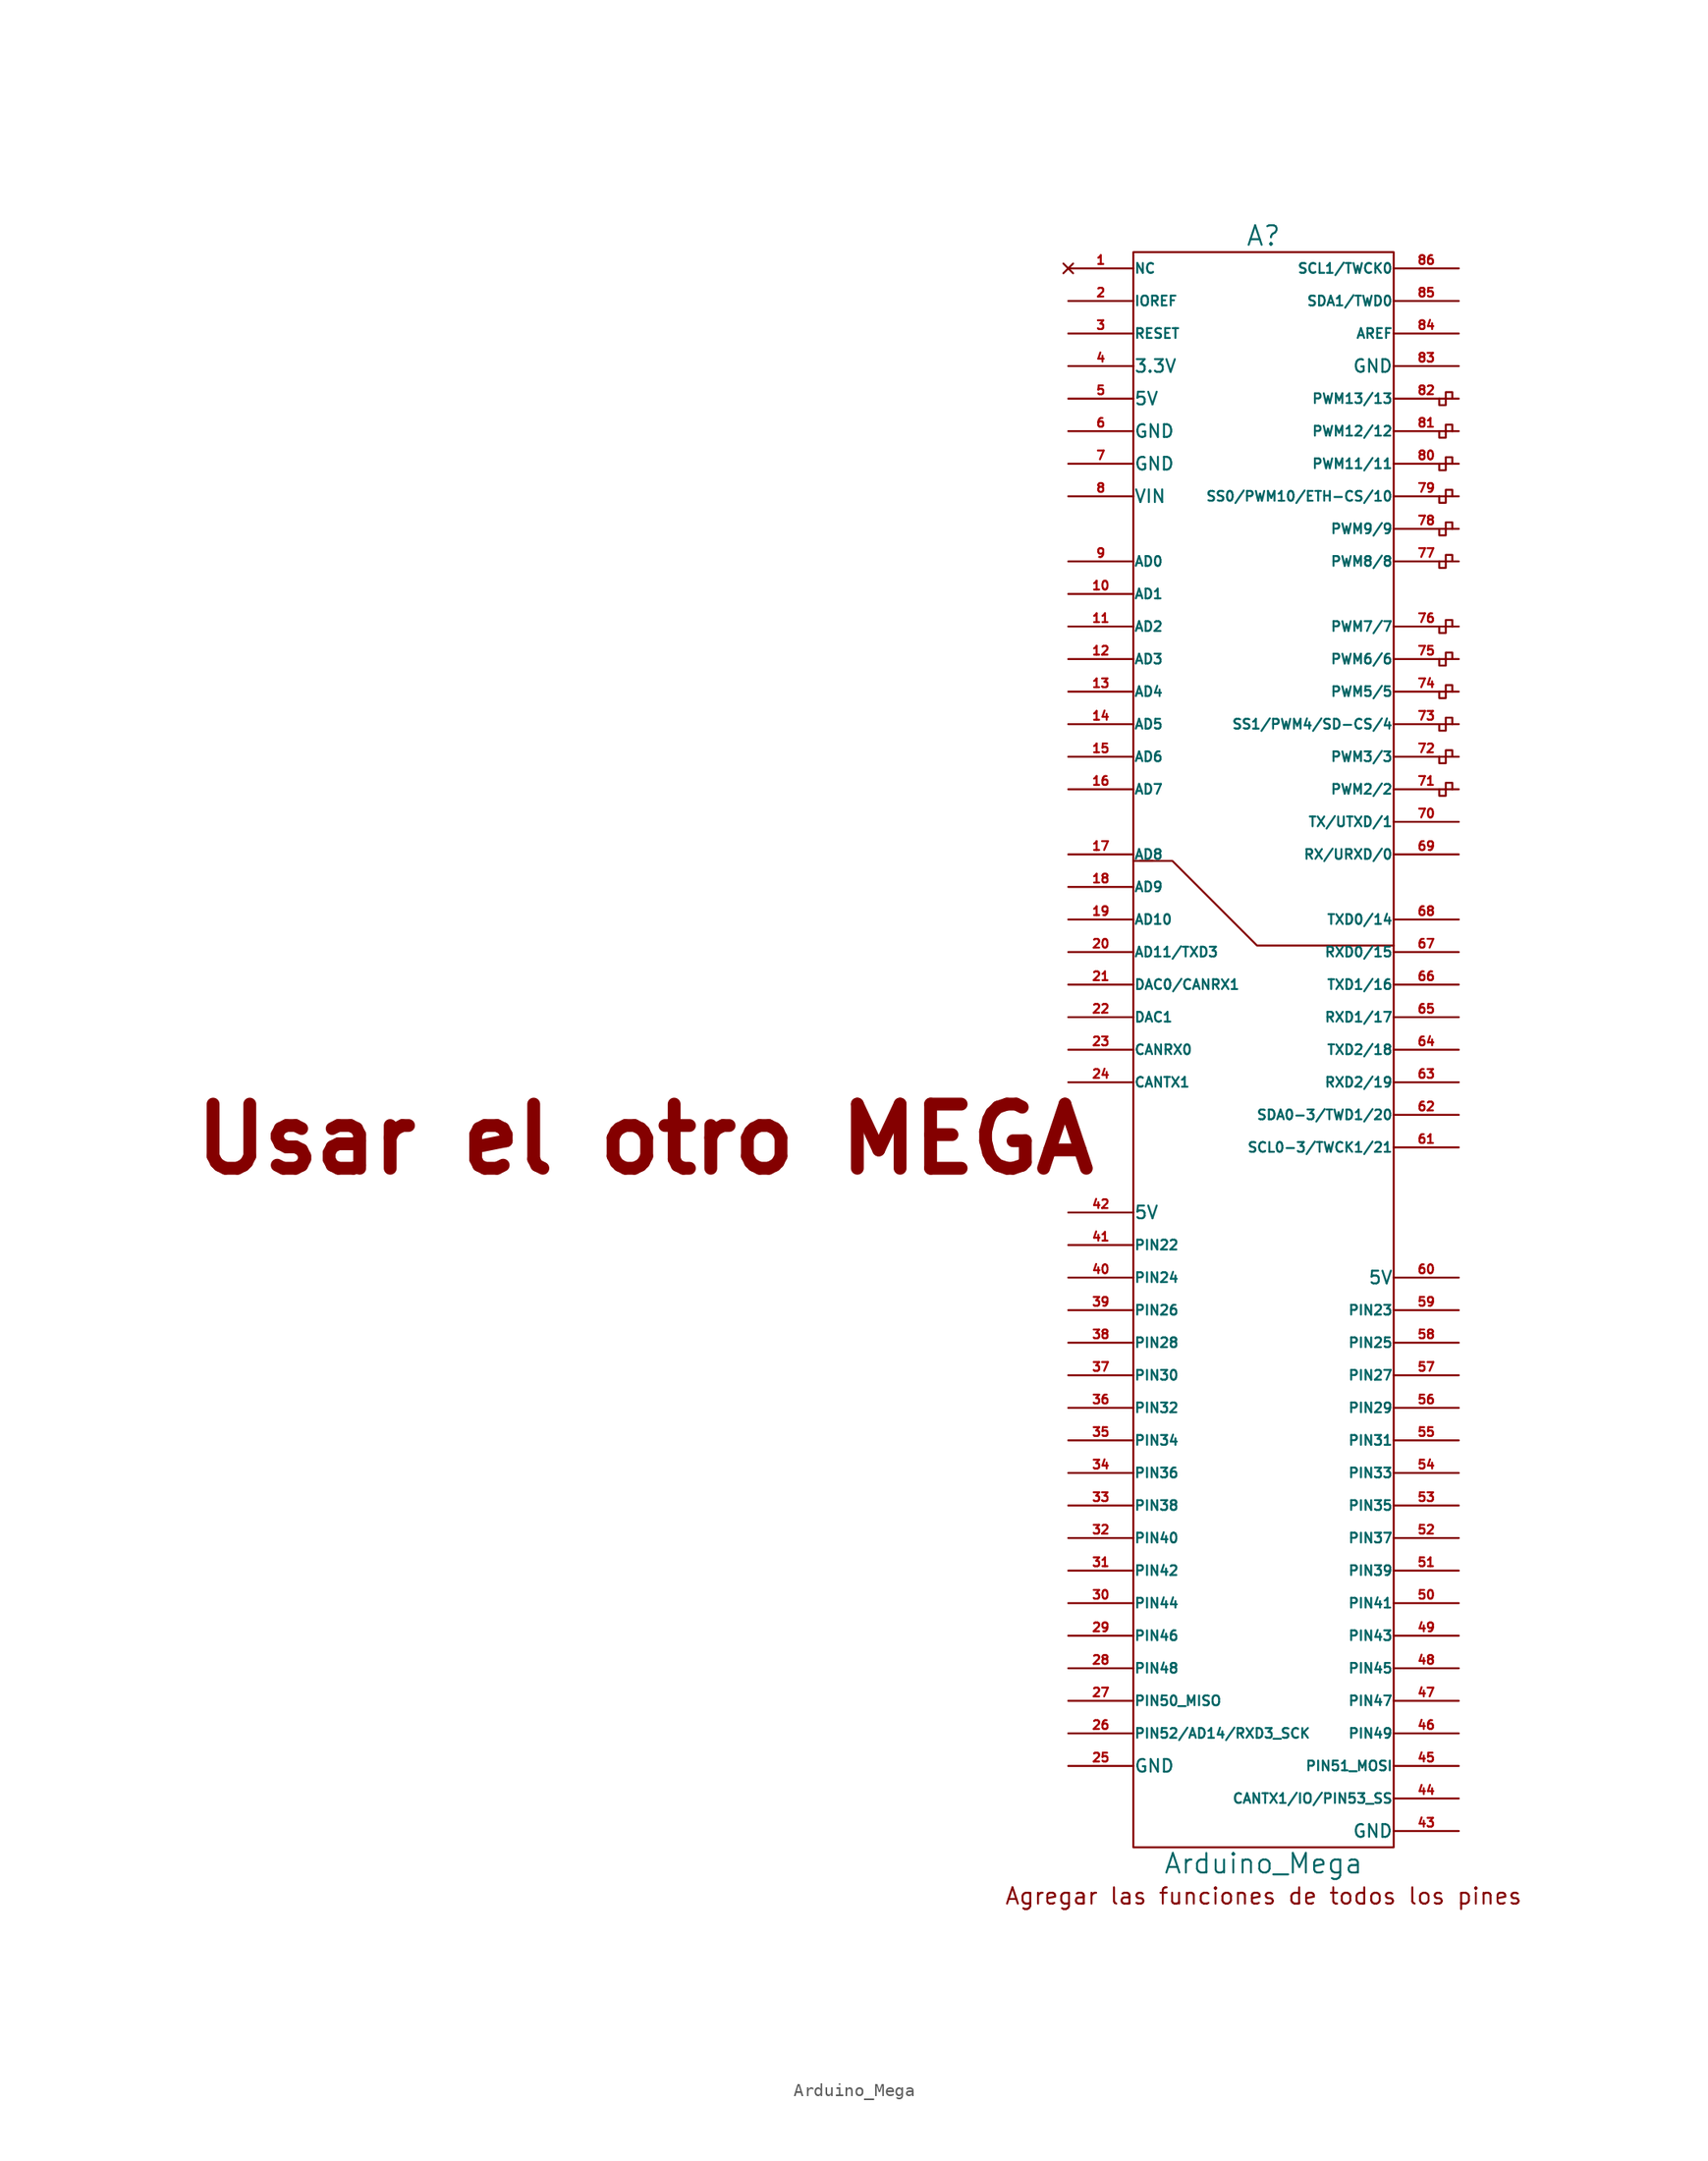
<source format=kicad_sym>
(kicad_symbol_lib
  (version 20231120)
  (generator "kicad_symbol_editor")
  (generator_version "8.0")
  (symbol "Arduino_Mega"
    (pin_names
      (offset 0.025))
    (property "Reference" "A"
      (at 0 60.96 0)
      (effects (font (size 1.524 1.524))))
    (property "Value" "Arduino_Mega"
      (at 0 -66.04 0)
      (effects (font (size 1.524 1.524))))
    (property "Footprint" ""
      (at 0 0 0)
      (effects (font (size 1.524 1.524))))
    (property "Datasheet" ""
      (at 0 0 0)
      (effects (font (size 1.524 1.524))))
    (symbol "Arduino_Mega_0_0"
      (text "Agregar las funciones de todos los pines" (at 0 -68.58 0) (effects (font (size 1.27 1.27))))
      (text "Usar el otro MEGA" (at -48.26 -9.525 0) (effects (font (size 5.004 5.004) (bold yes)))))
    (symbol "Arduino_Mega_0_1"
      (polyline (pts (xy -8.636 12.192) (xy -9.652 12.192)) (stroke (width 0) (type default)) (fill (type none)))
      (polyline (pts (xy 10.16 5.588) (xy -0.508 5.588) (xy -7.112 12.192) (xy -10.16 12.192)) (stroke (width 0) (type default)) (fill (type none)))
      (rectangle (start 10.16 -64.77) (end -10.16 59.69) (stroke (width 0) (type default)) (fill (type none)))
      (pin bidirectional line (at -15.24 12.7 0) (length 5.08) (name "AD8" (effects (font (size 0.762 0.762)))) (number "17" (effects (font (size 0.686 0.686))))))
    (symbol "Arduino_Mega_1_1"
      (polyline (pts (xy 13.716 17.78) (xy 13.716 17.272) (xy 14.224 17.272) (xy 14.224 18.288) (xy 14.732 18.288) (xy 14.732 17.78)) (stroke (width 0) (type default)) (fill (type none)))
      (polyline (pts (xy 13.716 20.32) (xy 13.716 19.812) (xy 14.224 19.812) (xy 14.224 20.828) (xy 14.732 20.828) (xy 14.732 20.32)) (stroke (width 0) (type default)) (fill (type none)))
      (polyline (pts (xy 13.716 22.86) (xy 13.716 22.352) (xy 14.224 22.352) (xy 14.224 23.368) (xy 14.732 23.368) (xy 14.732 22.86)) (stroke (width 0) (type default)) (fill (type none)))
      (polyline (pts (xy 13.716 25.4) (xy 13.716 24.892) (xy 14.224 24.892) (xy 14.224 25.908) (xy 14.732 25.908) (xy 14.732 25.4)) (stroke (width 0) (type default)) (fill (type none)))
      (polyline (pts (xy 13.716 27.94) (xy 13.716 27.432) (xy 14.224 27.432) (xy 14.224 28.448) (xy 14.732 28.448) (xy 14.732 27.94)) (stroke (width 0) (type default)) (fill (type none)))
      (polyline (pts (xy 13.716 30.48) (xy 13.716 29.972) (xy 14.224 29.972) (xy 14.224 30.988) (xy 14.732 30.988) (xy 14.732 30.48)) (stroke (width 0) (type default)) (fill (type none)))
      (polyline (pts (xy 13.716 35.56) (xy 13.716 35.052) (xy 14.224 35.052) (xy 14.224 36.068) (xy 14.732 36.068) (xy 14.732 35.56)) (stroke (width 0) (type default)) (fill (type none)))
      (polyline (pts (xy 13.716 38.1) (xy 13.716 37.592) (xy 14.224 37.592) (xy 14.224 38.608) (xy 14.732 38.608) (xy 14.732 38.1)) (stroke (width 0) (type default)) (fill (type none)))
      (polyline (pts (xy 13.716 40.64) (xy 13.716 40.132) (xy 14.224 40.132) (xy 14.224 41.148) (xy 14.732 41.148) (xy 14.732 40.64)) (stroke (width 0) (type default)) (fill (type none)))
      (polyline (pts (xy 13.716 43.18) (xy 13.716 42.672) (xy 14.224 42.672) (xy 14.224 43.688) (xy 14.732 43.688) (xy 14.732 43.18)) (stroke (width 0) (type default)) (fill (type none)))
      (polyline (pts (xy 13.716 45.72) (xy 13.716 45.212) (xy 14.224 45.212) (xy 14.224 46.228) (xy 14.732 46.228) (xy 14.732 45.72)) (stroke (width 0) (type default)) (fill (type none)))
      (polyline (pts (xy 13.716 48.26) (xy 13.716 47.752) (xy 14.224 47.752) (xy 14.224 48.768) (xy 14.732 48.768) (xy 14.732 48.26)) (stroke (width 0) (type default)) (fill (type none)))
      (pin no_connect line (at -15.24 58.42 0) (length 5.08) (name "NC" (effects (font (size 0.762 0.762)))) (number "1" (effects (font (size 0.686 0.686)))))
      (pin bidirectional line (at -15.24 33.02 0) (length 5.08) (name "AD1" (effects (font (size 0.762 0.762)))) (number "10" (effects (font (size 0.686 0.686)))))
      (pin bidirectional line (at -15.24 30.48 0) (length 5.08) (name "AD2" (effects (font (size 0.762 0.762)))) (number "11" (effects (font (size 0.686 0.686)))))
      (pin bidirectional line (at -15.24 27.94 0) (length 5.08) (name "AD3" (effects (font (size 0.762 0.762)))) (number "12" (effects (font (size 0.686 0.686)))))
      (pin bidirectional line (at -15.24 25.4 0) (length 5.08) (name "AD4" (effects (font (size 0.762 0.762)))) (number "13" (effects (font (size 0.686 0.686)))))
      (pin bidirectional line (at -15.24 22.86 0) (length 5.08) (name "AD5" (effects (font (size 0.762 0.762)))) (number "14" (effects (font (size 0.686 0.686)))))
      (pin bidirectional line (at -15.24 20.32 0) (length 5.08) (name "AD6" (effects (font (size 0.762 0.762)))) (number "15" (effects (font (size 0.686 0.686)))))
      (pin bidirectional line (at -15.24 17.78 0) (length 5.08) (name "AD7" (effects (font (size 0.762 0.762)))) (number "16" (effects (font (size 0.686 0.686)))))
      (pin bidirectional line (at -15.24 10.16 0) (length 5.08) (name "AD9" (effects (font (size 0.762 0.762)))) (number "18" (effects (font (size 0.686 0.686)))))
      (pin bidirectional line (at -15.24 7.62 0) (length 5.08) (name "AD10" (effects (font (size 0.762 0.762)))) (number "19" (effects (font (size 0.686 0.686)))))
      (pin passive line (at -15.24 55.88 0) (length 5.08) (name "IOREF" (effects (font (size 0.762 0.762)))) (number "2" (effects (font (size 0.686 0.686)))))
      (pin bidirectional line (at -15.24 5.08 0) (length 5.08) (name "AD11/TXD3" (effects (font (size 0.762 0.762)))) (number "20" (effects (font (size 0.686 0.686)))))
      (pin bidirectional line (at -15.24 2.54 0) (length 5.08) (name "DAC0/CANRX1" (effects (font (size 0.762 0.762)))) (number "21" (effects (font (size 0.686 0.686)))))
      (pin bidirectional line (at -15.24 0 0) (length 5.08) (name "DAC1" (effects (font (size 0.762 0.762)))) (number "22" (effects (font (size 0.686 0.686)))))
      (pin bidirectional line (at -15.24 -2.54 0) (length 5.08) (name "CANRX0" (effects (font (size 0.762 0.762)))) (number "23" (effects (font (size 0.686 0.686)))))
      (pin bidirectional line (at -15.24 -5.08 0) (length 5.08) (name "CANTX1" (effects (font (size 0.762 0.762)))) (number "24" (effects (font (size 0.686 0.686)))))
      (pin power_in line (at -15.24 -58.42 0) (length 5.08) (name "GND" (effects (font (size 0.991 0.991)))) (number "25" (effects (font (size 0.686 0.686)))))
      (pin bidirectional line (at -15.24 -55.88 0) (length 5.08) (name "PIN52/AD14/RXD3_SCK" (effects (font (size 0.762 0.762)))) (number "26" (effects (font (size 0.686 0.686)))))
      (pin bidirectional line (at -15.24 -53.34 0) (length 5.08) (name "PIN50_MISO" (effects (font (size 0.762 0.762)))) (number "27" (effects (font (size 0.686 0.686)))))
      (pin bidirectional line (at -15.24 -50.8 0) (length 5.08) (name "PIN48" (effects (font (size 0.762 0.762)))) (number "28" (effects (font (size 0.686 0.686)))))
      (pin bidirectional line (at -15.24 -48.26 0) (length 5.08) (name "PIN46" (effects (font (size 0.762 0.762)))) (number "29" (effects (font (size 0.686 0.686)))))
      (pin passive line (at -15.24 53.34 0) (length 5.08) (name "RESET" (effects (font (size 0.762 0.762)))) (number "3" (effects (font (size 0.686 0.686)))))
      (pin bidirectional line (at -15.24 -45.72 0) (length 5.08) (name "PIN44" (effects (font (size 0.762 0.762)))) (number "30" (effects (font (size 0.686 0.686)))))
      (pin bidirectional line (at -15.24 -43.18 0) (length 5.08) (name "PIN42" (effects (font (size 0.762 0.762)))) (number "31" (effects (font (size 0.686 0.686)))))
      (pin bidirectional line (at -15.24 -40.64 0) (length 5.08) (name "PIN40" (effects (font (size 0.762 0.762)))) (number "32" (effects (font (size 0.686 0.686)))))
      (pin bidirectional line (at -15.24 -38.1 0) (length 5.08) (name "PIN38" (effects (font (size 0.762 0.762)))) (number "33" (effects (font (size 0.686 0.686)))))
      (pin bidirectional line (at -15.24 -35.56 0) (length 5.08) (name "PIN36" (effects (font (size 0.762 0.762)))) (number "34" (effects (font (size 0.686 0.686)))))
      (pin bidirectional line (at -15.24 -33.02 0) (length 5.08) (name "PIN34" (effects (font (size 0.762 0.762)))) (number "35" (effects (font (size 0.686 0.686)))))
      (pin bidirectional line (at -15.24 -30.48 0) (length 5.08) (name "PIN32" (effects (font (size 0.762 0.762)))) (number "36" (effects (font (size 0.686 0.686)))))
      (pin bidirectional line (at -15.24 -27.94 0) (length 5.08) (name "PIN30" (effects (font (size 0.762 0.762)))) (number "37" (effects (font (size 0.686 0.686)))))
      (pin bidirectional line (at -15.24 -25.4 0) (length 5.08) (name "PIN28" (effects (font (size 0.762 0.762)))) (number "38" (effects (font (size 0.686 0.686)))))
      (pin bidirectional line (at -15.24 -22.86 0) (length 5.08) (name "PIN26" (effects (font (size 0.762 0.762)))) (number "39" (effects (font (size 0.686 0.686)))))
      (pin power_out line (at -15.24 50.8 0) (length 5.08) (name "3.3V" (effects (font (size 0.991 0.991)))) (number "4" (effects (font (size 0.686 0.686)))))
      (pin bidirectional line (at -15.24 -20.32 0) (length 5.08) (name "PIN24" (effects (font (size 0.762 0.762)))) (number "40" (effects (font (size 0.686 0.686)))))
      (pin bidirectional line (at -15.24 -17.78 0) (length 5.08) (name "PIN22" (effects (font (size 0.762 0.762)))) (number "41" (effects (font (size 0.686 0.686)))))
      (pin power_in line (at -15.24 -15.24 0) (length 5.08) (name "5V" (effects (font (size 0.991 0.991)))) (number "42" (effects (font (size 0.686 0.686)))))
      (pin power_in line (at 15.24 -63.5 180) (length 5.08) (name "GND" (effects (font (size 0.991 0.991)))) (number "43" (effects (font (size 0.686 0.686)))))
      (pin bidirectional line (at 15.24 -60.96 180) (length 5.08) (name "CANTX1/IO/PIN53_SS" (effects (font (size 0.762 0.762)))) (number "44" (effects (font (size 0.686 0.686)))))
      (pin bidirectional line (at 15.24 -58.42 180) (length 5.08) (name "PIN51_MOSI" (effects (font (size 0.762 0.762)))) (number "45" (effects (font (size 0.686 0.686)))))
      (pin bidirectional line (at 15.24 -55.88 180) (length 5.08) (name "PIN49" (effects (font (size 0.762 0.762)))) (number "46" (effects (font (size 0.686 0.686)))))
      (pin bidirectional line (at 15.24 -53.34 180) (length 5.08) (name "PIN47" (effects (font (size 0.762 0.762)))) (number "47" (effects (font (size 0.686 0.686)))))
      (pin bidirectional line (at 15.24 -50.8 180) (length 5.08) (name "PIN45" (effects (font (size 0.762 0.762)))) (number "48" (effects (font (size 0.686 0.686)))))
      (pin bidirectional line (at 15.24 -48.26 180) (length 5.08) (name "PIN43" (effects (font (size 0.762 0.762)))) (number "49" (effects (font (size 0.686 0.686)))))
      (pin power_in line (at -15.24 48.26 0) (length 5.08) (name "5V" (effects (font (size 0.991 0.991)))) (number "5" (effects (font (size 0.686 0.686)))))
      (pin bidirectional line (at 15.24 -45.72 180) (length 5.08) (name "PIN41" (effects (font (size 0.762 0.762)))) (number "50" (effects (font (size 0.686 0.686)))))
      (pin bidirectional line (at 15.24 -43.18 180) (length 5.08) (name "PIN39" (effects (font (size 0.762 0.762)))) (number "51" (effects (font (size 0.686 0.686)))))
      (pin bidirectional line (at 15.24 -40.64 180) (length 5.08) (name "PIN37" (effects (font (size 0.762 0.762)))) (number "52" (effects (font (size 0.686 0.686)))))
      (pin bidirectional line (at 15.24 -38.1 180) (length 5.08) (name "PIN35" (effects (font (size 0.762 0.762)))) (number "53" (effects (font (size 0.686 0.686)))))
      (pin bidirectional line (at 15.24 -35.56 180) (length 5.08) (name "PIN33" (effects (font (size 0.762 0.762)))) (number "54" (effects (font (size 0.686 0.686)))))
      (pin bidirectional line (at 15.24 -33.02 180) (length 5.08) (name "PIN31" (effects (font (size 0.762 0.762)))) (number "55" (effects (font (size 0.686 0.686)))))
      (pin bidirectional line (at 15.24 -30.48 180) (length 5.08) (name "PIN29" (effects (font (size 0.762 0.762)))) (number "56" (effects (font (size 0.686 0.686)))))
      (pin bidirectional line (at 15.24 -27.94 180) (length 5.08) (name "PIN27" (effects (font (size 0.762 0.762)))) (number "57" (effects (font (size 0.686 0.686)))))
      (pin bidirectional line (at 15.24 -25.4 180) (length 5.08) (name "PIN25" (effects (font (size 0.762 0.762)))) (number "58" (effects (font (size 0.686 0.686)))))
      (pin bidirectional line (at 15.24 -22.86 180) (length 5.08) (name "PIN23" (effects (font (size 0.762 0.762)))) (number "59" (effects (font (size 0.686 0.686)))))
      (pin power_in line (at -15.24 45.72 0) (length 5.08) (name "GND" (effects (font (size 0.991 0.991)))) (number "6" (effects (font (size 0.686 0.686)))))
      (pin power_in line (at 15.24 -20.32 180) (length 5.08) (name "5V" (effects (font (size 0.991 0.991)))) (number "60" (effects (font (size 0.686 0.686)))))
      (pin bidirectional line (at 15.24 -10.16 180) (length 5.08) (name "SCL0-3/TWCK1/21" (effects (font (size 0.762 0.762)))) (number "61" (effects (font (size 0.686 0.686)))))
      (pin bidirectional line (at 15.24 -7.62 180) (length 5.08) (name "SDA0-3/TWD1/20" (effects (font (size 0.762 0.762)))) (number "62" (effects (font (size 0.686 0.686)))))
      (pin bidirectional line (at 15.24 -5.08 180) (length 5.08) (name "RXD2/19" (effects (font (size 0.762 0.762)))) (number "63" (effects (font (size 0.686 0.686)))))
      (pin bidirectional line (at 15.24 -2.54 180) (length 5.08) (name "TXD2/18" (effects (font (size 0.762 0.762)))) (number "64" (effects (font (size 0.686 0.686)))))
      (pin bidirectional line (at 15.24 0 180) (length 5.08) (name "RXD1/17" (effects (font (size 0.762 0.762)))) (number "65" (effects (font (size 0.686 0.686)))))
      (pin bidirectional line (at 15.24 2.54 180) (length 5.08) (name "TXD1/16" (effects (font (size 0.762 0.762)))) (number "66" (effects (font (size 0.686 0.686)))))
      (pin bidirectional line (at 15.24 5.08 180) (length 5.08) (name "RXD0/15" (effects (font (size 0.762 0.762)))) (number "67" (effects (font (size 0.686 0.686)))))
      (pin bidirectional line (at 15.24 7.62 180) (length 5.08) (name "TXD0/14" (effects (font (size 0.762 0.762)))) (number "68" (effects (font (size 0.686 0.686)))))
      (pin bidirectional line (at 15.24 12.7 180) (length 5.08) (name "RX/URXD/0" (effects (font (size 0.762 0.762)))) (number "69" (effects (font (size 0.686 0.686)))))
      (pin power_in line (at -15.24 43.18 0) (length 5.08) (name "GND" (effects (font (size 0.991 0.991)))) (number "7" (effects (font (size 0.686 0.686)))))
      (pin bidirectional line (at 15.24 15.24 180) (length 5.08) (name "TX/UTXD/1" (effects (font (size 0.762 0.762)))) (number "70" (effects (font (size 0.686 0.686)))))
      (pin bidirectional line (at 15.24 17.78 180) (length 5.08) (name "PWM2/2" (effects (font (size 0.762 0.762)))) (number "71" (effects (font (size 0.686 0.686)))))
      (pin bidirectional line (at 15.24 20.32 180) (length 5.08) (name "PWM3/3" (effects (font (size 0.762 0.762)))) (number "72" (effects (font (size 0.686 0.686)))))
      (pin bidirectional line (at 15.24 22.86 180) (length 5.08) (name "SS1/PWM4/SD-CS/4" (effects (font (size 0.762 0.762)))) (number "73" (effects (font (size 0.686 0.686)))))
      (pin bidirectional line (at 15.24 25.4 180) (length 5.08) (name "PWM5/5" (effects (font (size 0.762 0.762)))) (number "74" (effects (font (size 0.686 0.686)))))
      (pin bidirectional line (at 15.24 27.94 180) (length 5.08) (name "PWM6/6" (effects (font (size 0.762 0.762)))) (number "75" (effects (font (size 0.686 0.686)))))
      (pin bidirectional line (at 15.24 30.48 180) (length 5.08) (name "PWM7/7" (effects (font (size 0.762 0.762)))) (number "76" (effects (font (size 0.686 0.686)))))
      (pin bidirectional line (at 15.24 35.56 180) (length 5.08) (name "PWM8/8" (effects (font (size 0.762 0.762)))) (number "77" (effects (font (size 0.686 0.686)))))
      (pin bidirectional line (at 15.24 38.1 180) (length 5.08) (name "PWM9/9" (effects (font (size 0.762 0.762)))) (number "78" (effects (font (size 0.686 0.686)))))
      (pin bidirectional line (at 15.24 40.64 180) (length 5.08) (name "SS0/PWM10/ETH-CS/10" (effects (font (size 0.762 0.762)))) (number "79" (effects (font (size 0.686 0.686)))))
      (pin power_in line (at -15.24 40.64 0) (length 5.08) (name "VIN" (effects (font (size 0.991 0.991)))) (number "8" (effects (font (size 0.686 0.686)))))
      (pin bidirectional line (at 15.24 43.18 180) (length 5.08) (name "PWM11/11" (effects (font (size 0.762 0.762)))) (number "80" (effects (font (size 0.686 0.686)))))
      (pin bidirectional line (at 15.24 45.72 180) (length 5.08) (name "PWM12/12" (effects (font (size 0.762 0.762)))) (number "81" (effects (font (size 0.686 0.686)))))
      (pin bidirectional line (at 15.24 48.26 180) (length 5.08) (name "PWM13/13" (effects (font (size 0.762 0.762)))) (number "82" (effects (font (size 0.686 0.686)))))
      (pin power_in line (at 15.24 50.8 180) (length 5.08) (name "GND" (effects (font (size 0.991 0.991)))) (number "83" (effects (font (size 0.686 0.686)))))
      (pin passive line (at 15.24 53.34 180) (length 5.08) (name "AREF" (effects (font (size 0.762 0.762)))) (number "84" (effects (font (size 0.686 0.686)))))
      (pin bidirectional line (at 15.24 55.88 180) (length 5.08) (name "SDA1/TWD0" (effects (font (size 0.762 0.762)))) (number "85" (effects (font (size 0.686 0.686)))))
      (pin bidirectional line (at 15.24 58.42 180) (length 5.08) (name "SCL1/TWCK0" (effects (font (size 0.762 0.762)))) (number "86" (effects (font (size 0.686 0.686)))))
      (pin bidirectional line (at -15.24 35.56 0) (length 5.08) (name "AD0" (effects (font (size 0.762 0.762)))) (number "9" (effects (font (size 0.686 0.686))))))))
</source>
